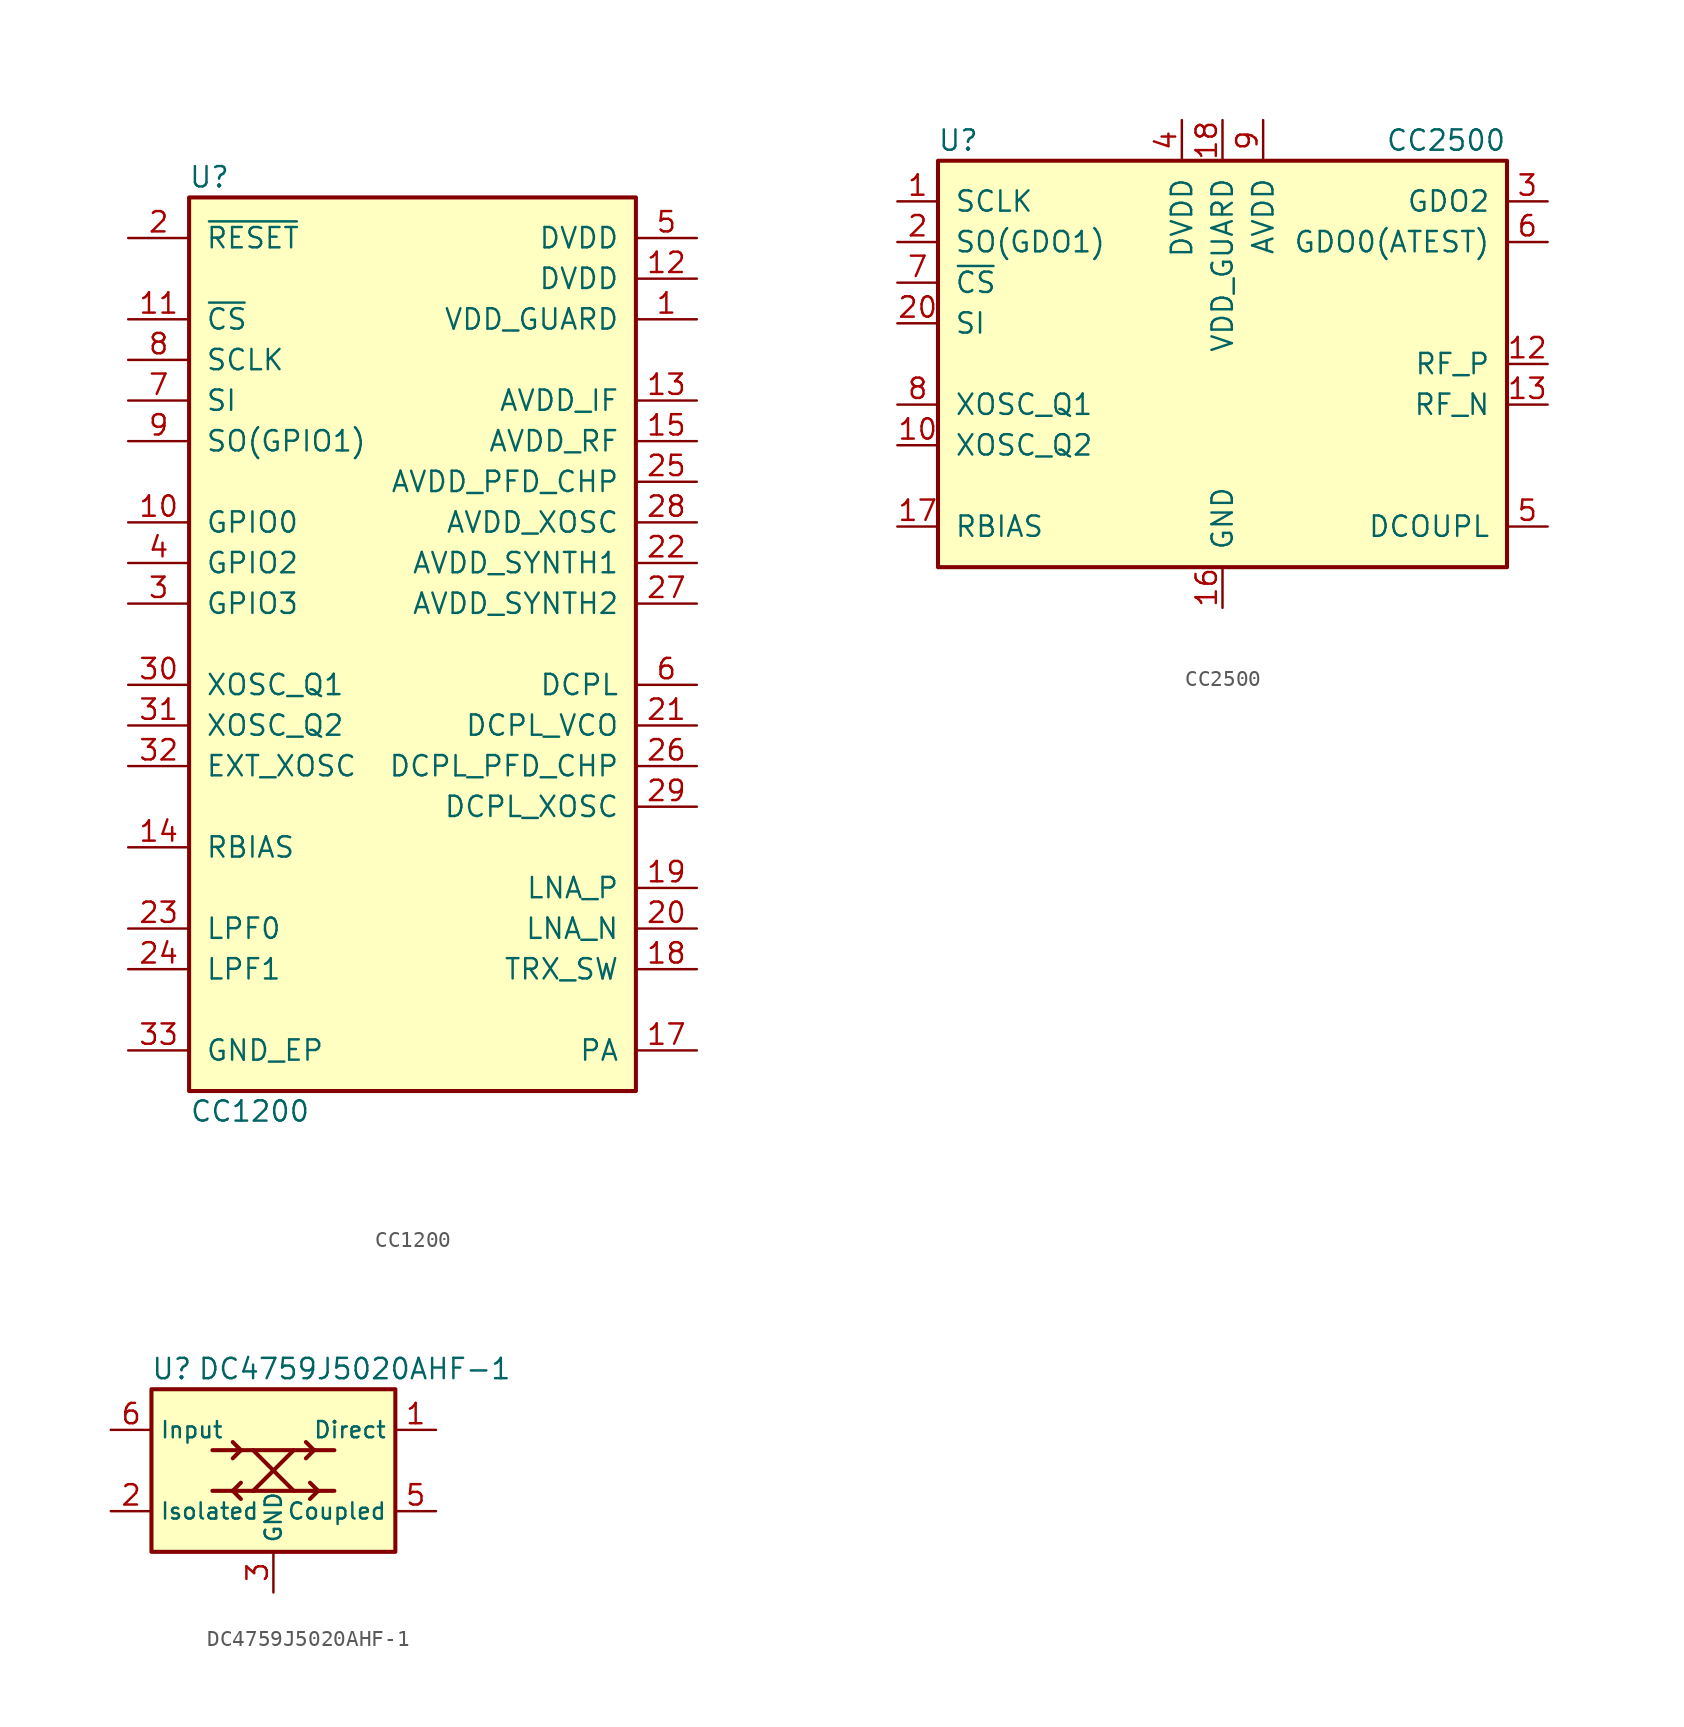
<source format=kicad_sym>
(kicad_symbol_lib
  (version 20201005)
  (generator kicad_symbol_editor)
  (symbol "RF:CC1200"
    (pin_names
      (offset 1.016))
    (property "Reference" "U"
      (at -12.7 29.21 0)
      (effects (font (size 1.27 1.27))))
    (property "Value" "CC1200"
      (at -10.16 -29.21 0)
      (effects (font (size 1.27 1.27))))
    (symbol "CC1200_0_1"
      (rectangle (start -13.97 27.94) (end 13.97 -27.94) (stroke (width 0.254)) (fill (type background))))
    (symbol "CC1200_1_1"
      (pin power_in line (at 17.78 20.32 180) (length 3.81) (name "VDD_GUARD" (effects (font (size 1.27 1.27)))) (number "1" (effects (font (size 1.27 1.27)))))
      (pin bidirectional line (at -17.78 7.62 0) (length 3.81) (name "GPIO0" (effects (font (size 1.27 1.27)))) (number "10" (effects (font (size 1.27 1.27)))))
      (pin input line (at -17.78 20.32 0) (length 3.81) (name "~CS~" (effects (font (size 1.27 1.27)))) (number "11" (effects (font (size 1.27 1.27)))))
      (pin power_in line (at 17.78 22.86 180) (length 3.81) (name "DVDD" (effects (font (size 1.27 1.27)))) (number "12" (effects (font (size 1.27 1.27)))))
      (pin power_in line (at 17.78 15.24 180) (length 3.81) (name "AVDD_IF" (effects (font (size 1.27 1.27)))) (number "13" (effects (font (size 1.27 1.27)))))
      (pin passive line (at -17.78 -12.7 0) (length 3.81) (name "RBIAS" (effects (font (size 1.27 1.27)))) (number "14" (effects (font (size 1.27 1.27)))))
      (pin power_in line (at 17.78 12.7 180) (length 3.81) (name "AVDD_RF" (effects (font (size 1.27 1.27)))) (number "15" (effects (font (size 1.27 1.27)))))
      (pin passive line (at 17.78 -25.4 180) (length 3.81) (name "PA" (effects (font (size 1.27 1.27)))) (number "17" (effects (font (size 1.27 1.27)))))
      (pin passive line (at 17.78 -20.32 180) (length 3.81) (name "TRX_SW" (effects (font (size 1.27 1.27)))) (number "18" (effects (font (size 1.27 1.27)))))
      (pin passive line (at 17.78 -15.24 180) (length 3.81) (name "LNA_P" (effects (font (size 1.27 1.27)))) (number "19" (effects (font (size 1.27 1.27)))))
      (pin input line (at -17.78 25.4 0) (length 3.81) (name "~RESET~" (effects (font (size 1.27 1.27)))) (number "2" (effects (font (size 1.27 1.27)))))
      (pin passive line (at 17.78 -17.78 180) (length 3.81) (name "LNA_N" (effects (font (size 1.27 1.27)))) (number "20" (effects (font (size 1.27 1.27)))))
      (pin power_out line (at 17.78 -5.08 180) (length 3.81) (name "DCPL_VCO" (effects (font (size 1.27 1.27)))) (number "21" (effects (font (size 1.27 1.27)))))
      (pin power_in line (at 17.78 5.08 180) (length 3.81) (name "AVDD_SYNTH1" (effects (font (size 1.27 1.27)))) (number "22" (effects (font (size 1.27 1.27)))))
      (pin passive line (at -17.78 -17.78 0) (length 3.81) (name "LPF0" (effects (font (size 1.27 1.27)))) (number "23" (effects (font (size 1.27 1.27)))))
      (pin passive line (at -17.78 -20.32 0) (length 3.81) (name "LPF1" (effects (font (size 1.27 1.27)))) (number "24" (effects (font (size 1.27 1.27)))))
      (pin power_in line (at 17.78 10.16 180) (length 3.81) (name "AVDD_PFD_CHP" (effects (font (size 1.27 1.27)))) (number "25" (effects (font (size 1.27 1.27)))))
      (pin power_out line (at 17.78 -7.62 180) (length 3.81) (name "DCPL_PFD_CHP" (effects (font (size 1.27 1.27)))) (number "26" (effects (font (size 1.27 1.27)))))
      (pin power_in line (at 17.78 2.54 180) (length 3.81) (name "AVDD_SYNTH2" (effects (font (size 1.27 1.27)))) (number "27" (effects (font (size 1.27 1.27)))))
      (pin power_in line (at 17.78 7.62 180) (length 3.81) (name "AVDD_XOSC" (effects (font (size 1.27 1.27)))) (number "28" (effects (font (size 1.27 1.27)))))
      (pin power_out line (at 17.78 -10.16 180) (length 3.81) (name "DCPL_XOSC" (effects (font (size 1.27 1.27)))) (number "29" (effects (font (size 1.27 1.27)))))
      (pin bidirectional line (at -17.78 2.54 0) (length 3.81) (name "GPIO3" (effects (font (size 1.27 1.27)))) (number "3" (effects (font (size 1.27 1.27)))))
      (pin passive line (at -17.78 -2.54 0) (length 3.81) (name "XOSC_Q1" (effects (font (size 1.27 1.27)))) (number "30" (effects (font (size 1.27 1.27)))))
      (pin passive line (at -17.78 -5.08 0) (length 3.81) (name "XOSC_Q2" (effects (font (size 1.27 1.27)))) (number "31" (effects (font (size 1.27 1.27)))))
      (pin input line (at -17.78 -7.62 0) (length 3.81) (name "EXT_XOSC" (effects (font (size 1.27 1.27)))) (number "32" (effects (font (size 1.27 1.27)))))
      (pin power_in line (at -17.78 -25.4 0) (length 3.81) (name "GND_EP" (effects (font (size 1.27 1.27)))) (number "33" (effects (font (size 1.27 1.27)))))
      (pin bidirectional line (at -17.78 5.08 0) (length 3.81) (name "GPIO2" (effects (font (size 1.27 1.27)))) (number "4" (effects (font (size 1.27 1.27)))))
      (pin power_in line (at 17.78 25.4 180) (length 3.81) (name "DVDD" (effects (font (size 1.27 1.27)))) (number "5" (effects (font (size 1.27 1.27)))))
      (pin power_out line (at 17.78 -2.54 180) (length 3.81) (name "DCPL" (effects (font (size 1.27 1.27)))) (number "6" (effects (font (size 1.27 1.27)))))
      (pin input line (at -17.78 15.24 0) (length 3.81) (name "SI" (effects (font (size 1.27 1.27)))) (number "7" (effects (font (size 1.27 1.27)))))
      (pin input line (at -17.78 17.78 0) (length 3.81) (name "SCLK" (effects (font (size 1.27 1.27)))) (number "8" (effects (font (size 1.27 1.27)))))
      (pin bidirectional line (at -17.78 12.7 0) (length 3.81) (name "SO(GPIO1)" (effects (font (size 1.27 1.27)))) (number "9" (effects (font (size 1.27 1.27)))))))
  (symbol "RF:CC2500"
    (pin_names
      (offset 1.016))
    (property "Reference" "U"
      (at -16.51 13.97 0)
      (effects (font (size 1.27 1.27))))
    (property "Value" "CC2500"
      (at 13.97 13.97 0)
      (effects (font (size 1.27 1.27))))
    (symbol "CC2500_0_1"
      (rectangle (start -17.78 12.7) (end 17.78 -12.7) (stroke (width 0.254)) (fill (type background))))
    (symbol "CC2500_1_1"
      (pin input line (at -20.32 10.16 0) (length 2.54) (name "SCLK" (effects (font (size 1.27 1.27)))) (number "1" (effects (font (size 1.27 1.27)))))
      (pin passive line (at -20.32 -5.08 0) (length 2.54) (name "XOSC_Q2" (effects (font (size 1.27 1.27)))) (number "10" (effects (font (size 1.27 1.27)))))
      (pin passive line (at 2.54 15.24 270) (length 2.54) hide (name "AVDD" (effects (font (size 1.27 1.27)))) (number "11" (effects (font (size 1.27 1.27)))))
      (pin passive line (at 20.32 0 180) (length 2.54) (name "RF_P" (effects (font (size 1.27 1.27)))) (number "12" (effects (font (size 1.27 1.27)))))
      (pin passive line (at 20.32 -2.54 180) (length 2.54) (name "RF_N" (effects (font (size 1.27 1.27)))) (number "13" (effects (font (size 1.27 1.27)))))
      (pin passive line (at 2.54 15.24 270) (length 2.54) hide (name "AVDD" (effects (font (size 1.27 1.27)))) (number "14" (effects (font (size 1.27 1.27)))))
      (pin passive line (at 2.54 15.24 270) (length 2.54) hide (name "AVDD" (effects (font (size 1.27 1.27)))) (number "15" (effects (font (size 1.27 1.27)))))
      (pin power_in line (at 0 -15.24 90) (length 2.54) (name "GND" (effects (font (size 1.27 1.27)))) (number "16" (effects (font (size 1.27 1.27)))))
      (pin passive line (at -20.32 -10.16 0) (length 2.54) (name "RBIAS" (effects (font (size 1.27 1.27)))) (number "17" (effects (font (size 1.27 1.27)))))
      (pin power_in line (at 0 15.24 270) (length 2.54) (name "VDD_GUARD" (effects (font (size 1.27 1.27)))) (number "18" (effects (font (size 1.27 1.27)))))
      (pin passive line (at 0 -15.24 90) (length 2.54) hide (name "GND" (effects (font (size 1.27 1.27)))) (number "19" (effects (font (size 1.27 1.27)))))
      (pin bidirectional line (at -20.32 7.62 0) (length 2.54) (name "SO(GDO1)" (effects (font (size 1.27 1.27)))) (number "2" (effects (font (size 1.27 1.27)))))
      (pin input line (at -20.32 2.54 0) (length 2.54) (name "SI" (effects (font (size 1.27 1.27)))) (number "20" (effects (font (size 1.27 1.27)))))
      (pin passive line (at 0 -15.24 90) (length 2.54) hide (name "GND" (effects (font (size 1.27 1.27)))) (number "21" (effects (font (size 1.27 1.27)))))
      (pin bidirectional line (at 20.32 10.16 180) (length 2.54) (name "GDO2" (effects (font (size 1.27 1.27)))) (number "3" (effects (font (size 1.27 1.27)))))
      (pin power_in line (at -2.54 15.24 270) (length 2.54) (name "DVDD" (effects (font (size 1.27 1.27)))) (number "4" (effects (font (size 1.27 1.27)))))
      (pin power_out line (at 20.32 -10.16 180) (length 2.54) (name "DCOUPL" (effects (font (size 1.27 1.27)))) (number "5" (effects (font (size 1.27 1.27)))))
      (pin bidirectional line (at 20.32 7.62 180) (length 2.54) (name "GDO0(ATEST)" (effects (font (size 1.27 1.27)))) (number "6" (effects (font (size 1.27 1.27)))))
      (pin input line (at -20.32 5.08 0) (length 2.54) (name "~CS~" (effects (font (size 1.27 1.27)))) (number "7" (effects (font (size 1.27 1.27)))))
      (pin passive line (at -20.32 -2.54 0) (length 2.54) (name "XOSC_Q1" (effects (font (size 1.27 1.27)))) (number "8" (effects (font (size 1.27 1.27)))))
      (pin power_in line (at 2.54 15.24 270) (length 2.54) (name "AVDD" (effects (font (size 1.27 1.27)))) (number "9" (effects (font (size 1.27 1.27)))))))
  (symbol "RF:DC4759J5020AHF-1"
    (property "Reference" "U"
      (at -6.35 6.35 0)
      (effects (font (size 1.27 1.27))))
    (property "Value" "DC4759J5020AHF-1"
      (at 5.08 6.35 0)
      (effects (font (size 1.27 1.27))))
    (symbol "DC4759J5020AHF-1_0_1"
      (rectangle (start -7.62 5.08) (end 7.62 -5.08) (stroke (width 0.254)) (fill (type background))))
    (symbol "DC4759J5020AHF-1_1_1"
      (polyline (pts (xy -3.81 -1.27) (xy 3.81 -1.27)) (stroke (width 0.254)) (fill (type none)))
      (polyline (pts (xy -3.81 1.27) (xy 3.81 1.27)) (stroke (width 0.254)) (fill (type none)))
      (polyline (pts (xy -2.54 -1.27) (xy -2.032 -1.778)) (stroke (width 0.254)) (fill (type none)))
      (polyline (pts (xy -2.54 1.778) (xy -2.032 1.27)) (stroke (width 0.254)) (fill (type none)))
      (polyline (pts (xy -2.032 -0.762) (xy -2.54 -1.27)) (stroke (width 0.254)) (fill (type none)))
      (polyline (pts (xy -2.032 1.27) (xy -2.54 0.762)) (stroke (width 0.254)) (fill (type none)))
      (polyline (pts (xy -1.27 1.27) (xy 1.27 -1.27)) (stroke (width 0.254)) (fill (type none)))
      (polyline (pts (xy 1.27 1.27) (xy -1.27 -1.27)) (stroke (width 0.254)) (fill (type none)))
      (polyline (pts (xy 2.032 1.778) (xy 2.54 1.27)) (stroke (width 0.254)) (fill (type none)))
      (polyline (pts (xy 2.286 -0.762) (xy 2.794 -1.27)) (stroke (width 0.254)) (fill (type none)))
      (polyline (pts (xy 2.54 1.27) (xy 2.032 0.762)) (stroke (width 0.254)) (fill (type none)))
      (polyline (pts (xy 2.794 -1.27) (xy 2.286 -1.778)) (stroke (width 0.254)) (fill (type none)))
      (pin output line (at 10.16 2.54 180) (length 2.54) (name "Direct" (effects (font (size 1.016 1.016)))) (number "1" (effects (font (size 1.27 1.27)))))
      (pin output line (at -10.16 -2.54 0) (length 2.54) (name "Isolated" (effects (font (size 1.016 1.016)))) (number "2" (effects (font (size 1.27 1.27)))))
      (pin power_in line (at 0 -7.62 90) (length 2.54) (name "GND" (effects (font (size 1.016 1.016)))) (number "3" (effects (font (size 1.27 1.27)))))
      (pin passive line (at 0 -7.62 90) (length 2.54) hide (name "GND" (effects (font (size 1.016 1.016)))) (number "4" (effects (font (size 1.27 1.27)))))
      (pin output line (at 10.16 -2.54 180) (length 2.54) (name "Coupled" (effects (font (size 1.016 1.016)))) (number "5" (effects (font (size 1.27 1.27)))))
      (pin input line (at -10.16 2.54 0) (length 2.54) (name "Input" (effects (font (size 1.016 1.016)))) (number "6" (effects (font (size 1.27 1.27))))))))
</source>
